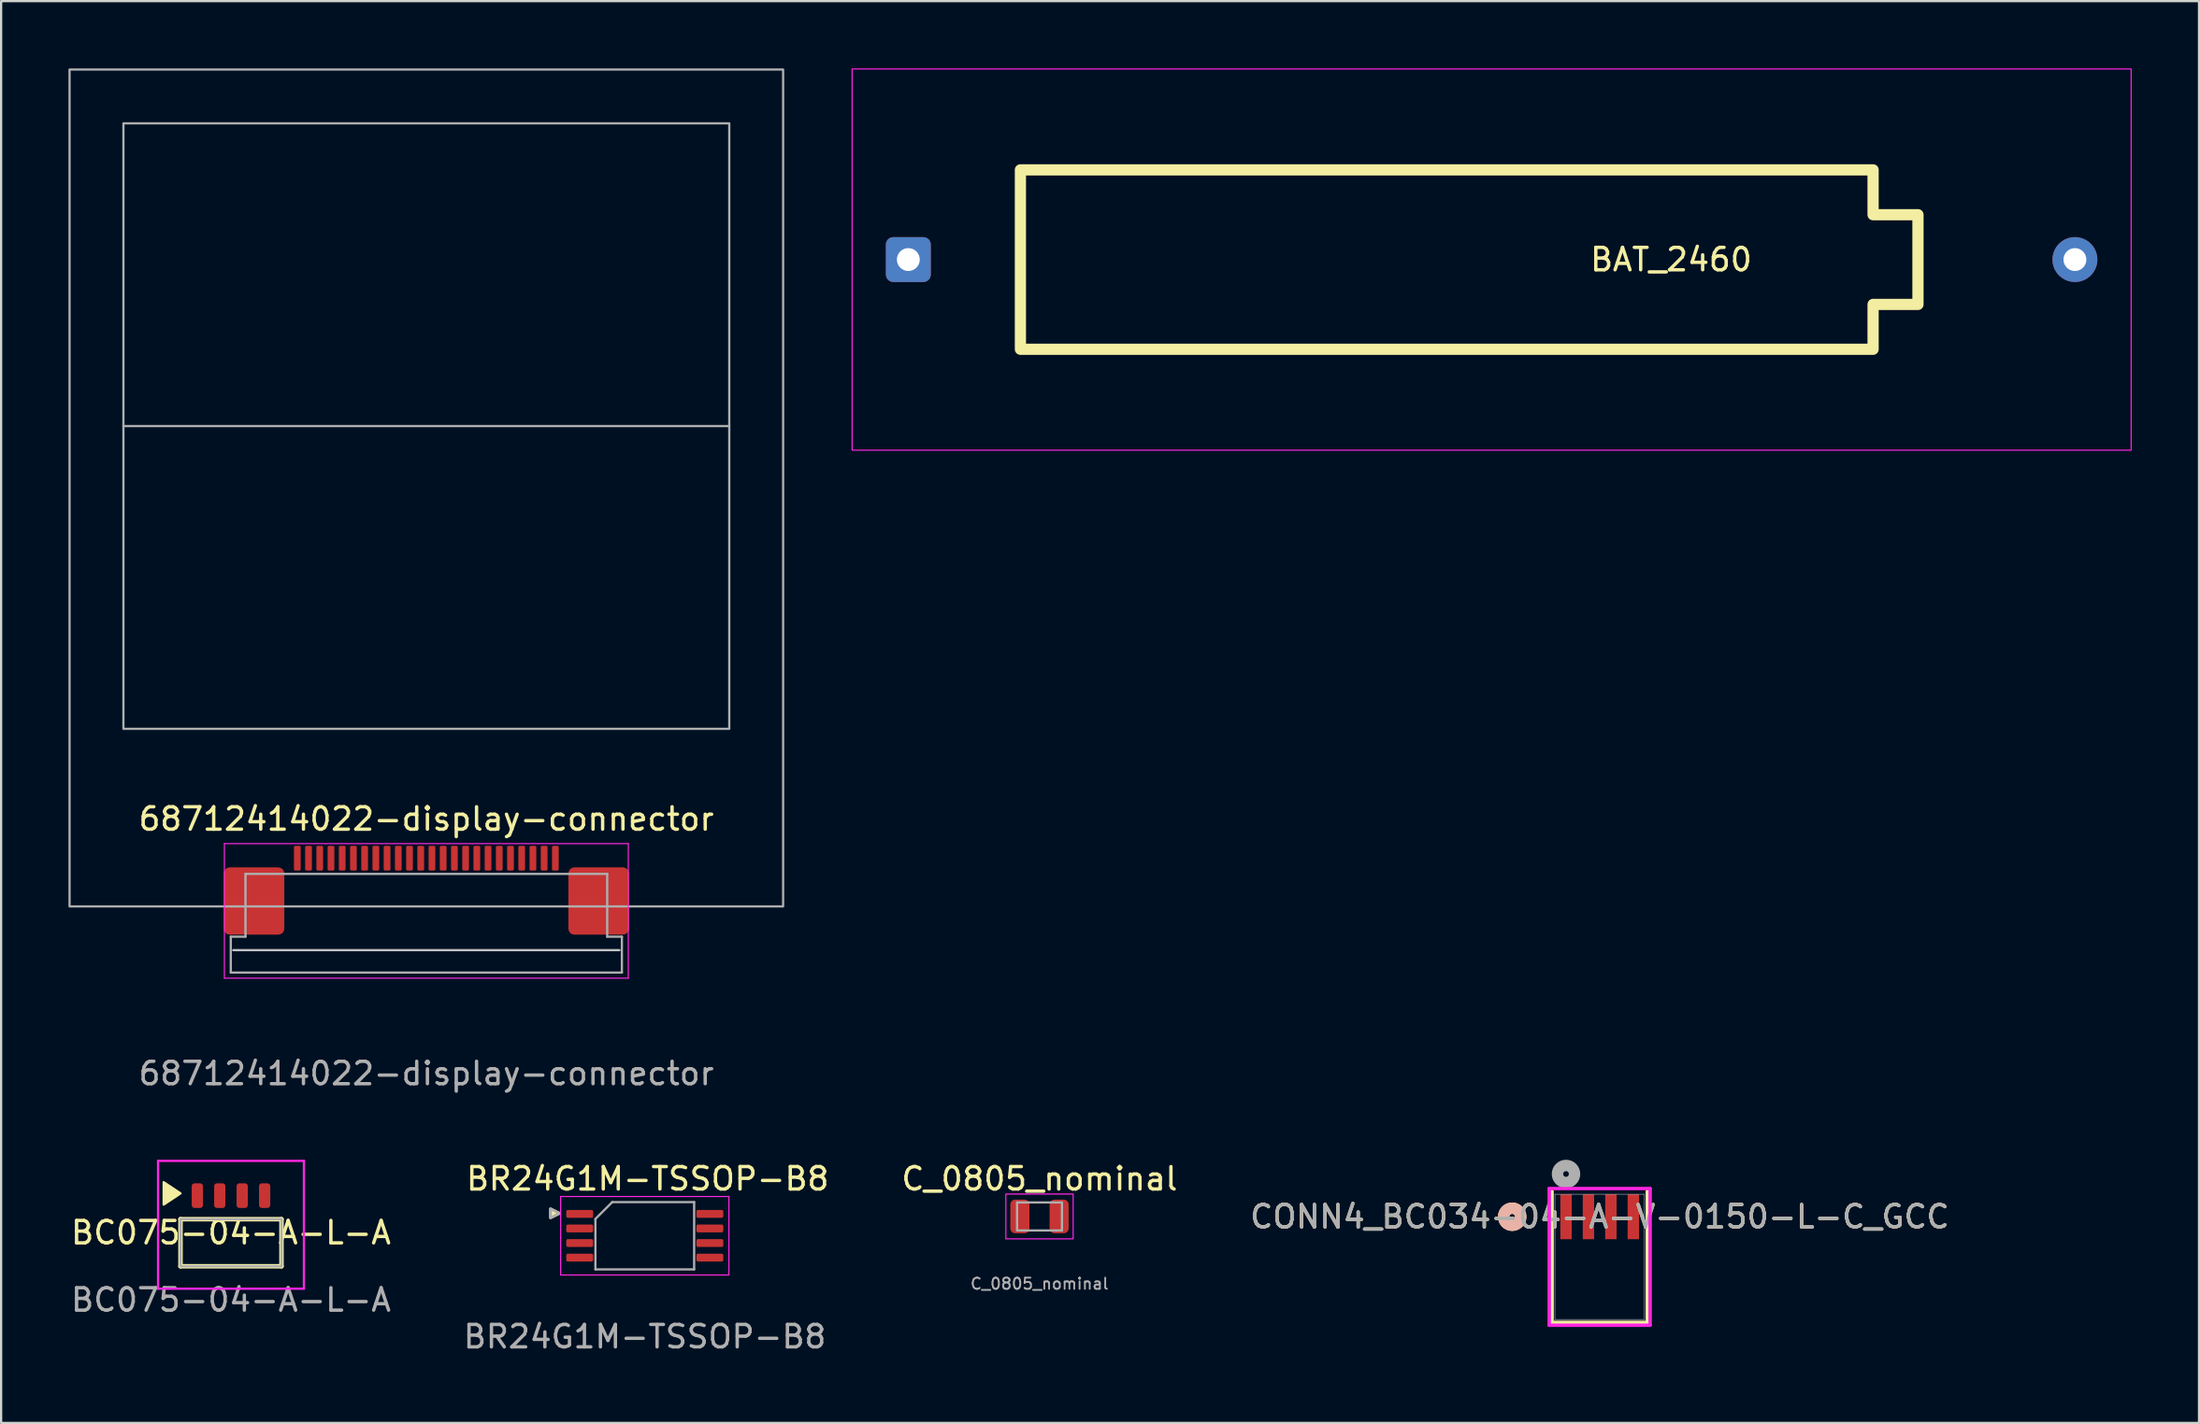
<source format=kicad_pcb>
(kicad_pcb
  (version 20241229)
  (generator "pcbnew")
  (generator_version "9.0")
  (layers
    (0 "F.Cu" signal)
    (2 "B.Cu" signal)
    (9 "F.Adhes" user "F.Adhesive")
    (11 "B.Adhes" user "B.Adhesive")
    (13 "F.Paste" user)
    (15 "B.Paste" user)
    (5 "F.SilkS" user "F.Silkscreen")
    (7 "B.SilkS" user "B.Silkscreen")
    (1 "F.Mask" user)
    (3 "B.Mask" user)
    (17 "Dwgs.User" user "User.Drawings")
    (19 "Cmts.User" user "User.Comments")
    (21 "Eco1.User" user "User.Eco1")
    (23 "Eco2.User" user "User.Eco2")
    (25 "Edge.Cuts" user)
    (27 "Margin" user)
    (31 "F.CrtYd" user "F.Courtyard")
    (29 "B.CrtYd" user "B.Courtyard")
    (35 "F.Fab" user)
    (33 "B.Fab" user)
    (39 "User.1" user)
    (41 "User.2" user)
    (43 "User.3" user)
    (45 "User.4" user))
  (footprint "68712414022-display-connector"
    (layer "F.Cu")
    (at 15.95 36.57)
    (property "Reference" "68712414022-display-connector" (at 0 -3.1 0) (layer "F.SilkS") (effects (font (size 1 1) (thickness 0.15))))
    (attr smd)
    (fp_line (start 8.605 2.75) (end -8.605 2.75) (stroke (width 0.1) (type solid)) (layer "Dwgs.User"))
    (fp_line (start -9 -2) (end -9 4) (stroke (width 0.05) (type solid)) (layer "F.CrtYd"))
    (fp_line (start -9 4) (end 9 4) (stroke (width 0.05) (type solid)) (layer "F.CrtYd"))
    (fp_line (start 9 -2) (end -9 -2) (stroke (width 0.05) (type solid)) (layer "F.CrtYd"))
    (fp_line (start 9 4) (end 9 -2) (stroke (width 0.05) (type solid)) (layer "F.CrtYd"))
    (fp_line (start -13.5 -20.62) (end 13.5 -20.62) (stroke (width 0.1) (type solid)) (layer "F.Fab"))
    (fp_line (start -8.715 2.15) (end -8.06 2.15) (stroke (width 0.1) (type solid)) (layer "F.Fab"))
    (fp_line (start -8.715 3.75) (end -8.715 2.15) (stroke (width 0.1) (type solid)) (layer "F.Fab"))
    (fp_line (start -8.06 -0.65) (end 8.06 -0.65) (stroke (width 0.1) (type solid)) (layer "F.Fab"))
    (fp_line (start -8.06 2.15) (end -8.06 -0.65) (stroke (width 0.1) (type solid)) (layer "F.Fab"))
    (fp_line (start 8.06 -0.65) (end 8.06 2.15) (stroke (width 0.1) (type solid)) (layer "F.Fab"))
    (fp_line (start 8.06 2.15) (end 8.715 2.15) (stroke (width 0.1) (type solid)) (layer "F.Fab"))
    (fp_line (start 8.715 2.15) (end 8.715 3.75) (stroke (width 0.1) (type solid)) (layer "F.Fab"))
    (fp_line (start 8.715 3.75) (end -8.715 3.75) (stroke (width 0.1) (type solid)) (layer "F.Fab"))
    (fp_rect (start -15.9 -36.52) (end 15.9 0.8) (stroke (width 0.1) (type solid)) (fill no) (layer "F.Fab"))
    (fp_rect (start -13.5 -34.12) (end 13.5 -7.12) (stroke (width 0.1) (type solid)) (fill no) (layer "F.Fab"))
    (fp_text user "${REFERENCE}" (at 0 8.25 0) (layer "F.Fab") (effects (font (size 1 1) (thickness 0.15))))
    (pad "0" smd roundrect (at -7.68 0.56) (size 2.7 3) (layers "F.Cu" "F.Mask" "F.Paste") (roundrect_rratio 0.1))
    (pad "0" smd roundrect (at 7.68 0.56) (size 2.7 3) (layers "F.Cu" "F.Mask" "F.Paste") (roundrect_rratio 0.1))
    (pad "1" smd roundrect (at 5.75 -1.35) (size 0.3 1.1) (layers "F.Cu" "F.Mask" "F.Paste") (roundrect_rratio 0.2))
    (pad "2" smd roundrect (at 5.25 -1.35) (size 0.3 1.1) (layers "F.Cu" "F.Mask" "F.Paste") (roundrect_rratio 0.2))
    (pad "3" smd roundrect (at 4.75 -1.35) (size 0.3 1.1) (layers "F.Cu" "F.Mask" "F.Paste") (roundrect_rratio 0.2))
    (pad "4" smd roundrect (at 4.25 -1.35) (size 0.3 1.1) (layers "F.Cu" "F.Mask" "F.Paste") (roundrect_rratio 0.2))
    (pad "5" smd roundrect (at 3.75 -1.35) (size 0.3 1.1) (layers "F.Cu" "F.Mask" "F.Paste") (roundrect_rratio 0.2))
    (pad "6" smd roundrect (at 3.25 -1.35) (size 0.3 1.1) (layers "F.Cu" "F.Mask" "F.Paste") (roundrect_rratio 0.2))
    (pad "7" smd roundrect (at 2.75 -1.35) (size 0.3 1.1) (layers "F.Cu" "F.Mask" "F.Paste") (roundrect_rratio 0.2))
    (pad "8" smd roundrect (at 2.25 -1.35) (size 0.3 1.1) (layers "F.Cu" "F.Mask" "F.Paste") (roundrect_rratio 0.2))
    (pad "9" smd roundrect (at 1.75 -1.35) (size 0.3 1.1) (layers "F.Cu" "F.Mask" "F.Paste") (roundrect_rratio 0.2))
    (pad "10" smd roundrect (at 1.25 -1.35) (size 0.3 1.1) (layers "F.Cu" "F.Mask" "F.Paste") (roundrect_rratio 0.2))
    (pad "11" smd roundrect (at 0.75 -1.35) (size 0.3 1.1) (layers "F.Cu" "F.Mask" "F.Paste") (roundrect_rratio 0.2))
    (pad "12" smd roundrect (at 0.25 -1.35) (size 0.3 1.1) (layers "F.Cu" "F.Mask" "F.Paste") (roundrect_rratio 0.2))
    (pad "13" smd roundrect (at -0.25 -1.35) (size 0.3 1.1) (layers "F.Cu" "F.Mask" "F.Paste") (roundrect_rratio 0.2))
    (pad "14" smd roundrect (at -0.75 -1.35) (size 0.3 1.1) (layers "F.Cu" "F.Mask" "F.Paste") (roundrect_rratio 0.2))
    (pad "15" smd roundrect (at -1.25 -1.35) (size 0.3 1.1) (layers "F.Cu" "F.Mask" "F.Paste") (roundrect_rratio 0.2))
    (pad "16" smd roundrect (at -1.75 -1.35) (size 0.3 1.1) (layers "F.Cu" "F.Mask" "F.Paste") (roundrect_rratio 0.2))
    (pad "17" smd roundrect (at -2.25 -1.35) (size 0.3 1.1) (layers "F.Cu" "F.Mask" "F.Paste") (roundrect_rratio 0.2))
    (pad "18" smd roundrect (at -2.75 -1.35) (size 0.3 1.1) (layers "F.Cu" "F.Mask" "F.Paste") (roundrect_rratio 0.2))
    (pad "19" smd roundrect (at -3.25 -1.35) (size 0.3 1.1) (layers "F.Cu" "F.Mask" "F.Paste") (roundrect_rratio 0.2))
    (pad "20" smd roundrect (at -3.75 -1.35) (size 0.3 1.1) (layers "F.Cu" "F.Mask" "F.Paste") (roundrect_rratio 0.2))
    (pad "21" smd roundrect (at -4.25 -1.35) (size 0.3 1.1) (layers "F.Cu" "F.Mask" "F.Paste") (roundrect_rratio 0.2))
    (pad "22" smd roundrect (at -4.75 -1.35) (size 0.3 1.1) (layers "F.Cu" "F.Mask" "F.Paste") (roundrect_rratio 0.2))
    (pad "23" smd roundrect (at -5.25 -1.35) (size 0.3 1.1) (layers "F.Cu" "F.Mask" "F.Paste") (roundrect_rratio 0.2))
    (pad "24" smd roundrect (at -5.75 -1.35) (size 0.3 1.1) (layers "F.Cu" "F.Mask" "F.Paste") (roundrect_rratio 0.2)))
  (footprint "BAT_2460"
    (layer "F.Cu")
    (at 63.425 8.525)
    (property "Reference" "BAT_2460" (at 8 0 0) (layer "F.SilkS") (effects (font (size 1 1) (thickness 0.15))))
    (attr through_hole)
    (fp_poly (pts (xy -21 -4) (xy -21 4) (xy 17 4) (xy 17 2) (xy 19 2) (xy 19 -2) (xy 17 -2) (xy 17 -4)) (stroke (width 0.5) (type solid)) (fill no) (layer "F.SilkS"))
    (fp_rect (start -28.5 -8.5) (end 28.5 8.5) (stroke (width 0.05) (type default)) (fill no) (layer "F.CrtYd"))
    (pad "1" thru_hole roundrect (at -25.995 0) (size 2 2) (drill 1.02) (layers "*.Cu" "*.Mask") (roundrect_rratio 0.163))
    (pad "2" thru_hole circle (at 25.995 0) (size 2 2) (drill 1.02) (layers "*.Cu" "*.Mask")))
  (footprint "C_0805_nominal"
    (layer "F.Cu")
    (at 43.276 51.197)
    (property "Reference" "C_0805_nominal" (at 0 -1.68 0) (layer "F.SilkS") (effects (font (size 1 1) (thickness 0.15))))
    (attr smd)
    (fp_rect (start -1.5 -1) (end 1.5 1) (stroke (width 0.05) (type default)) (fill no) (layer "F.CrtYd"))
    (fp_line (start -1 -0.625) (end 1 -0.625) (stroke (width 0.1) (type solid)) (layer "F.Fab"))
    (fp_line (start -1 0.625) (end -1 -0.625) (stroke (width 0.1) (type solid)) (layer "F.Fab"))
    (fp_line (start 1 -0.625) (end 1 0.625) (stroke (width 0.1) (type solid)) (layer "F.Fab"))
    (fp_line (start 1 0.625) (end -1 0.625) (stroke (width 0.1) (type solid)) (layer "F.Fab"))
    (fp_text user "${REFERENCE}" (at 0 3 0) (layer "F.Fab") (effects (font (size 0.5 0.5) (thickness 0.08))))
    (pad "1" smd roundrect (at -0.875 0) (size 0.85 1.5) (layers "F.Cu" "F.Mask" "F.Paste") (roundrect_rratio 0.25))
    (pad "2" smd roundrect (at 0.875 0) (size 0.85 1.5) (layers "F.Cu" "F.Mask" "F.Paste") (roundrect_rratio 0.25)))
  (footprint "BC075-04-A-L-A"
    (layer "F.Cu")
    (at 7.244 52.418)
    (property "Reference" "BC075-04-A-L-A" (at 0 -0.5 0) (unlocked yes) (layer "F.SilkS") (effects (font (size 1 1) (thickness 0.15))))
    (attr smd)
    (fp_line (start -2.25 -1.1) (end -2.25 1) (stroke (width 0.2) (type solid)) (layer "F.SilkS"))
    (fp_line (start -2.25 1) (end 2.25 1) (stroke (width 0.2) (type solid)) (layer "F.SilkS"))
    (fp_line (start 2.25 -1.1) (end -2.25 -1.1) (stroke (width 0.2) (type solid)) (layer "F.SilkS"))
    (fp_line (start 2.25 1) (end 2.25 -1.1) (stroke (width 0.2) (type solid)) (layer "F.SilkS"))
    (fp_poly (pts (xy -2.25 -2.25) (xy -3 -1.75) (xy -3 -2.75)) (stroke (width 0.1) (type solid)) (fill yes) (layer "F.SilkS"))
    (fp_line (start -3.25 -3.7) (end 3.25 -3.7) (stroke (width 0.1) (type solid)) (layer "F.CrtYd"))
    (fp_line (start -3.25 2) (end -3.25 -3.7) (stroke (width 0.1) (type solid)) (layer "F.CrtYd"))
    (fp_line (start 3.25 -3.7) (end 3.25 2) (stroke (width 0.1) (type solid)) (layer "F.CrtYd"))
    (fp_line (start 3.25 2) (end -3.25 2) (stroke (width 0.1) (type solid)) (layer "F.CrtYd"))
    (fp_line (start -2.25 -1.1) (end 2.25 -1.1) (stroke (width 0.1) (type solid)) (layer "F.Fab"))
    (fp_line (start -2.25 1) (end -2.25 -1.1) (stroke (width 0.1) (type solid)) (layer "F.Fab"))
    (fp_line (start 2.25 -1.1) (end 2.25 1) (stroke (width 0.1) (type solid)) (layer "F.Fab"))
    (fp_line (start 2.25 1) (end -2.25 1) (stroke (width 0.1) (type solid)) (layer "F.Fab"))
    (fp_text user "${REFERENCE}" (at 0 2.5 0) (unlocked yes) (layer "F.Fab") (effects (font (size 1 1) (thickness 0.15))))
    (pad "1" smd roundrect (at -1.5 -2.15) (size 0.5 1.1) (layers "F.Cu" "F.Mask" "F.Paste") (roundrect_rratio 0.25))
    (pad "2" smd roundrect (at -0.5 -2.15) (size 0.5 1.1) (layers "F.Cu" "F.Mask" "F.Paste") (roundrect_rratio 0.25))
    (pad "3" smd roundrect (at 0.5 -2.15) (size 0.5 1.1) (layers "F.Cu" "F.Mask" "F.Paste") (roundrect_rratio 0.25))
    (pad "4" smd roundrect (at 1.5 -2.15) (size 0.5 1.1) (layers "F.Cu" "F.Mask" "F.Paste") (roundrect_rratio 0.25)))
  (footprint "BR24G1M-TSSOP-B8"
    (layer "F.Cu")
    (at 25.685 52.056)
    (property "Reference" "BR24G1M-TSSOP-B8" (at 0.127 -2.54 0) (layer "F.SilkS") (effects (font (size 1 1) (thickness 0.15))))
    (attr smd)
    (fp_poly (pts (xy -4.2 -0.8) (xy -4.2 -1.2) (xy -3.8 -1)) (stroke (width 0.12) (type solid)) (fill yes) (layer "F.SilkS"))
    (fp_line (start -3.75 -1.75) (end -3.75 1.75) (stroke (width 0.05) (type solid)) (layer "F.CrtYd"))
    (fp_line (start -3.75 1.75) (end 3.75 1.75) (stroke (width 0.05) (type solid)) (layer "F.CrtYd"))
    (fp_line (start 3.75 -1.75) (end -3.75 -1.75) (stroke (width 0.05) (type solid)) (layer "F.CrtYd"))
    (fp_line (start 3.75 1.75) (end 3.75 -1.75) (stroke (width 0.05) (type solid)) (layer "F.CrtYd"))
    (fp_line (start -2.2 -0.75) (end -1.45 -1.5) (stroke (width 0.1) (type solid)) (layer "F.Fab"))
    (fp_line (start -2.2 1.5) (end -2.2 -0.75) (stroke (width 0.1) (type solid)) (layer "F.Fab"))
    (fp_line (start -1.45 -1.5) (end 2.2 -1.5) (stroke (width 0.1) (type solid)) (layer "F.Fab"))
    (fp_line (start 2.2 -1.5) (end 2.2 1.5) (stroke (width 0.1) (type solid)) (layer "F.Fab"))
    (fp_line (start 2.2 1.5) (end -2.2 1.5) (stroke (width 0.1) (type solid)) (layer "F.Fab"))
    (fp_poly (pts (xy -4.2 -0.8) (xy -4.2 -1.2) (xy -3.8 -1)) (stroke (width 0.12) (type solid)) (fill no) (layer "F.Fab"))
    (fp_text user "${REFERENCE}" (at 0 4.5 0) (layer "F.Fab") (effects (font (size 1 1) (thickness 0.15))))
    (pad "1" smd roundrect (at -2.9 -0.975) (size 1.2 0.35) (layers "F.Cu" "F.Mask" "F.Paste") (roundrect_rratio 0.2))
    (pad "2" smd roundrect (at -2.9 -0.325) (size 1.2 0.35) (layers "F.Cu" "F.Mask" "F.Paste") (roundrect_rratio 0.2))
    (pad "3" smd roundrect (at -2.9 0.325) (size 1.2 0.35) (layers "F.Cu" "F.Mask" "F.Paste") (roundrect_rratio 0.2))
    (pad "4" smd roundrect (at -2.9 0.975) (size 1.2 0.35) (layers "F.Cu" "F.Mask" "F.Paste") (roundrect_rratio 0.2))
    (pad "5" smd roundrect (at 2.9 0.975) (size 1.2 0.35) (layers "F.Cu" "F.Mask" "F.Paste") (roundrect_rratio 0.2))
    (pad "6" smd roundrect (at 2.9 0.325) (size 1.2 0.35) (layers "F.Cu" "F.Mask" "F.Paste") (roundrect_rratio 0.2))
    (pad "7" smd roundrect (at 2.9 -0.325) (size 1.2 0.35) (layers "F.Cu" "F.Mask" "F.Paste") (roundrect_rratio 0.2))
    (pad "8" smd roundrect (at 2.9 -0.975) (size 1.2 0.35) (layers "F.Cu" "F.Mask" "F.Paste") (roundrect_rratio 0.2)))
  (footprint "CONN4_BC034-04-A-V-0150-L-C_GCC"
    (layer "F.Cu")
    (at 68.24 52.999)
    (property "Reference" "CONN4_BC034-04-A-V-0150-L-C_GCC" (at 0 -1.791 0) (unlocked yes) (layer "F.SilkS") (effects (font (size 1 1) (thickness 0.15))))
    (attr smd)
    (fp_line (start -2.121 -2.921) (end -2.121 2.921) (stroke (width 0.152) (type solid)) (layer "F.SilkS"))
    (fp_line (start -2.121 2.921) (end 2.121 2.921) (stroke (width 0.152) (type solid)) (layer "F.SilkS"))
    (fp_line (start 2.121 2.921) (end 2.121 -2.921) (stroke (width 0.152) (type solid)) (layer "F.SilkS"))
    (fp_circle (center -3.899 -1.791) (end -3.518 -1.791) (stroke (width 0.508) (type solid)) (fill no) (layer "F.SilkS"))
    (fp_circle (center -3.899 -1.791) (end -3.518 -1.791) (stroke (width 0.508) (type solid)) (fill no) (layer "B.SilkS"))
    (fp_line (start -2.248 -3.048) (end -2.248 3.048) (stroke (width 0.152) (type solid)) (layer "F.CrtYd"))
    (fp_line (start -2.248 3.048) (end 2.248 3.048) (stroke (width 0.152) (type solid)) (layer "F.CrtYd"))
    (fp_line (start 2.248 -3.048) (end -2.248 -3.048) (stroke (width 0.152) (type solid)) (layer "F.CrtYd"))
    (fp_line (start 2.248 3.048) (end 2.248 -3.048) (stroke (width 0.152) (type solid)) (layer "F.CrtYd"))
    (fp_line (start -1.994 -2.794) (end -1.994 2.794) (stroke (width 0.025) (type solid)) (layer "F.Fab"))
    (fp_line (start -1.994 2.794) (end 1.994 2.794) (stroke (width 0.025) (type solid)) (layer "F.Fab"))
    (fp_line (start 1.994 -2.794) (end -1.994 -2.794) (stroke (width 0.025) (type solid)) (layer "F.Fab"))
    (fp_line (start 1.994 2.794) (end 1.994 -2.794) (stroke (width 0.025) (type solid)) (layer "F.Fab"))
    (fp_circle (center -1.5 -3.696) (end -1.119 -3.696) (stroke (width 0.508) (type solid)) (fill no) (layer "F.Fab"))
    (fp_text user "${REFERENCE}" (at 0 -1.791 0) (unlocked yes) (layer "F.Fab") (effects (font (size 1 1) (thickness 0.15))))
    (pad "1" smd rect (at -1.5 -1.791) (size 0.508 2.007) (layers "F.Cu" "F.Mask" "F.Paste"))
    (pad "2" smd rect (at -0.5 -1.791) (size 0.508 2.007) (layers "F.Cu" "F.Mask" "F.Paste"))
    (pad "3" smd rect (at 0.5 -1.791) (size 0.508 2.007) (layers "F.Cu" "F.Mask" "F.Paste"))
    (pad "4" smd rect (at 1.5 -1.791) (size 0.508 2.007) (layers "F.Cu" "F.Mask" "F.Paste")))
  (gr_rect
    (start -3 -3)
    (end 94.95 60.405)
    (stroke (width 0.1) (type default))
    (fill no)
    (layer "Edge.Cuts")))
</source>
